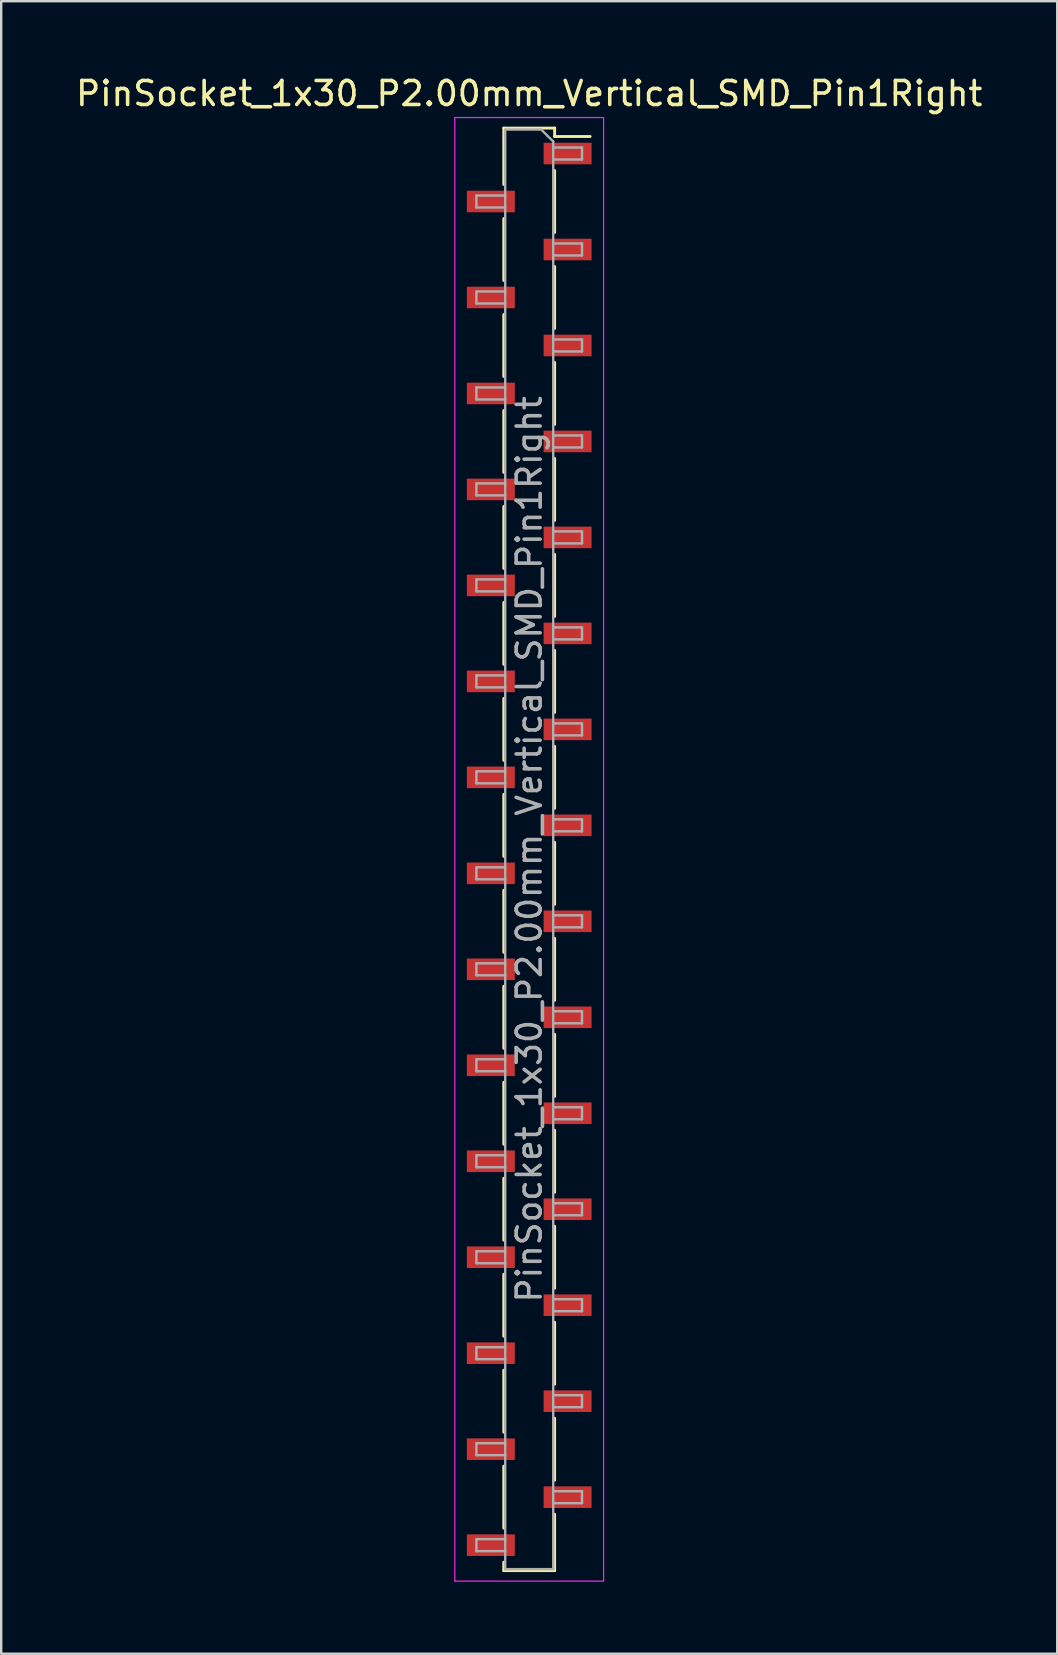
<source format=kicad_pcb>
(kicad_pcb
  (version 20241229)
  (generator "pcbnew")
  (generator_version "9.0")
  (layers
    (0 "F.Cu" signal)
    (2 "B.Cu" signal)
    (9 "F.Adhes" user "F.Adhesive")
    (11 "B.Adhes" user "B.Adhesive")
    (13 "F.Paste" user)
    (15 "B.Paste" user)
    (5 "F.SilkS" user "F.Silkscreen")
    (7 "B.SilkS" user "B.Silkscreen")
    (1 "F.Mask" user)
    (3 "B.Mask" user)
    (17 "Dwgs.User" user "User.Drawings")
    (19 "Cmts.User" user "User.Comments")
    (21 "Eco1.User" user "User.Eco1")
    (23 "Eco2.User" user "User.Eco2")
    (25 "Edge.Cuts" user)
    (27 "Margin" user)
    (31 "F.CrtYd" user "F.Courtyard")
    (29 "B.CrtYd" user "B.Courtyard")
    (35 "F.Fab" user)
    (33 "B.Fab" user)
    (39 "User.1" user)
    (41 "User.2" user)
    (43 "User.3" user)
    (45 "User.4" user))
  (footprint "PinSocket_1x30_P2.00mm_Vertical_SMD_Pin1Right"
    (layer "F.Cu")
    (at 19.006 32.348)
    (property "Reference" "PinSocket_1x30_P2.00mm_Vertical_SMD_Pin1Right" (at 0 -31.5 0) (layer "F.SilkS") (effects (font (size 1 1) (thickness 0.15))))
    (attr smd)
    (fp_line (start -1.06 -30.06) (end -1.06 -27.71) (stroke (width 0.12) (type solid)) (layer "F.SilkS"))
    (fp_line (start -1.06 -30.06) (end 1.06 -30.06) (stroke (width 0.12) (type solid)) (layer "F.SilkS"))
    (fp_line (start -1.06 -26.29) (end -1.06 -23.71) (stroke (width 0.12) (type solid)) (layer "F.SilkS"))
    (fp_line (start -1.06 -22.29) (end -1.06 -19.71) (stroke (width 0.12) (type solid)) (layer "F.SilkS"))
    (fp_line (start -1.06 -18.29) (end -1.06 -15.71) (stroke (width 0.12) (type solid)) (layer "F.SilkS"))
    (fp_line (start -1.06 -14.29) (end -1.06 -11.71) (stroke (width 0.12) (type solid)) (layer "F.SilkS"))
    (fp_line (start -1.06 -10.29) (end -1.06 -7.71) (stroke (width 0.12) (type solid)) (layer "F.SilkS"))
    (fp_line (start -1.06 -6.29) (end -1.06 -3.71) (stroke (width 0.12) (type solid)) (layer "F.SilkS"))
    (fp_line (start -1.06 -2.29) (end -1.06 0.29) (stroke (width 0.12) (type solid)) (layer "F.SilkS"))
    (fp_line (start -1.06 1.71) (end -1.06 4.29) (stroke (width 0.12) (type solid)) (layer "F.SilkS"))
    (fp_line (start -1.06 5.71) (end -1.06 8.29) (stroke (width 0.12) (type solid)) (layer "F.SilkS"))
    (fp_line (start -1.06 9.71) (end -1.06 12.29) (stroke (width 0.12) (type solid)) (layer "F.SilkS"))
    (fp_line (start -1.06 13.71) (end -1.06 16.29) (stroke (width 0.12) (type solid)) (layer "F.SilkS"))
    (fp_line (start -1.06 17.71) (end -1.06 20.29) (stroke (width 0.12) (type solid)) (layer "F.SilkS"))
    (fp_line (start -1.06 21.71) (end -1.06 24.29) (stroke (width 0.12) (type solid)) (layer "F.SilkS"))
    (fp_line (start -1.06 25.71) (end -1.06 28.29) (stroke (width 0.12) (type solid)) (layer "F.SilkS"))
    (fp_line (start -1.06 29.71) (end -1.06 30.06) (stroke (width 0.12) (type solid)) (layer "F.SilkS"))
    (fp_line (start -1.06 30.06) (end 1.06 30.06) (stroke (width 0.12) (type solid)) (layer "F.SilkS"))
    (fp_line (start 1.06 -30.06) (end 1.06 -29.71) (stroke (width 0.12) (type solid)) (layer "F.SilkS"))
    (fp_line (start 1.06 -29.71) (end 2.54 -29.71) (stroke (width 0.12) (type solid)) (layer "F.SilkS"))
    (fp_line (start 1.06 -28.29) (end 1.06 -25.71) (stroke (width 0.12) (type solid)) (layer "F.SilkS"))
    (fp_line (start 1.06 -24.29) (end 1.06 -21.71) (stroke (width 0.12) (type solid)) (layer "F.SilkS"))
    (fp_line (start 1.06 -20.29) (end 1.06 -17.71) (stroke (width 0.12) (type solid)) (layer "F.SilkS"))
    (fp_line (start 1.06 -16.29) (end 1.06 -13.71) (stroke (width 0.12) (type solid)) (layer "F.SilkS"))
    (fp_line (start 1.06 -12.29) (end 1.06 -9.71) (stroke (width 0.12) (type solid)) (layer "F.SilkS"))
    (fp_line (start 1.06 -8.29) (end 1.06 -5.71) (stroke (width 0.12) (type solid)) (layer "F.SilkS"))
    (fp_line (start 1.06 -4.29) (end 1.06 -1.71) (stroke (width 0.12) (type solid)) (layer "F.SilkS"))
    (fp_line (start 1.06 -0.29) (end 1.06 2.29) (stroke (width 0.12) (type solid)) (layer "F.SilkS"))
    (fp_line (start 1.06 3.71) (end 1.06 6.29) (stroke (width 0.12) (type solid)) (layer "F.SilkS"))
    (fp_line (start 1.06 7.71) (end 1.06 10.29) (stroke (width 0.12) (type solid)) (layer "F.SilkS"))
    (fp_line (start 1.06 11.71) (end 1.06 14.29) (stroke (width 0.12) (type solid)) (layer "F.SilkS"))
    (fp_line (start 1.06 15.71) (end 1.06 18.29) (stroke (width 0.12) (type solid)) (layer "F.SilkS"))
    (fp_line (start 1.06 19.71) (end 1.06 22.29) (stroke (width 0.12) (type solid)) (layer "F.SilkS"))
    (fp_line (start 1.06 23.71) (end 1.06 26.29) (stroke (width 0.12) (type solid)) (layer "F.SilkS"))
    (fp_line (start 1.06 27.71) (end 1.06 30.06) (stroke (width 0.12) (type solid)) (layer "F.SilkS"))
    (fp_line (start -3.1 -30.5) (end 3.1 -30.5) (stroke (width 0.05) (type solid)) (layer "F.CrtYd"))
    (fp_line (start -3.1 30.5) (end -3.1 -30.5) (stroke (width 0.05) (type solid)) (layer "F.CrtYd"))
    (fp_line (start 3.1 -30.5) (end 3.1 30.5) (stroke (width 0.05) (type solid)) (layer "F.CrtYd"))
    (fp_line (start 3.1 30.5) (end -3.1 30.5) (stroke (width 0.05) (type solid)) (layer "F.CrtYd"))
    (fp_line (start -2.2 -27.25) (end -1 -27.25) (stroke (width 0.1) (type solid)) (layer "F.Fab"))
    (fp_line (start -2.2 -26.75) (end -2.2 -27.25) (stroke (width 0.1) (type solid)) (layer "F.Fab"))
    (fp_line (start -2.2 -23.25) (end -1 -23.25) (stroke (width 0.1) (type solid)) (layer "F.Fab"))
    (fp_line (start -2.2 -22.75) (end -2.2 -23.25) (stroke (width 0.1) (type solid)) (layer "F.Fab"))
    (fp_line (start -2.2 -19.25) (end -1 -19.25) (stroke (width 0.1) (type solid)) (layer "F.Fab"))
    (fp_line (start -2.2 -18.75) (end -2.2 -19.25) (stroke (width 0.1) (type solid)) (layer "F.Fab"))
    (fp_line (start -2.2 -15.25) (end -1 -15.25) (stroke (width 0.1) (type solid)) (layer "F.Fab"))
    (fp_line (start -2.2 -14.75) (end -2.2 -15.25) (stroke (width 0.1) (type solid)) (layer "F.Fab"))
    (fp_line (start -2.2 -11.25) (end -1 -11.25) (stroke (width 0.1) (type solid)) (layer "F.Fab"))
    (fp_line (start -2.2 -10.75) (end -2.2 -11.25) (stroke (width 0.1) (type solid)) (layer "F.Fab"))
    (fp_line (start -2.2 -7.25) (end -1 -7.25) (stroke (width 0.1) (type solid)) (layer "F.Fab"))
    (fp_line (start -2.2 -6.75) (end -2.2 -7.25) (stroke (width 0.1) (type solid)) (layer "F.Fab"))
    (fp_line (start -2.2 -3.25) (end -1 -3.25) (stroke (width 0.1) (type solid)) (layer "F.Fab"))
    (fp_line (start -2.2 -2.75) (end -2.2 -3.25) (stroke (width 0.1) (type solid)) (layer "F.Fab"))
    (fp_line (start -2.2 0.75) (end -1 0.75) (stroke (width 0.1) (type solid)) (layer "F.Fab"))
    (fp_line (start -2.2 1.25) (end -2.2 0.75) (stroke (width 0.1) (type solid)) (layer "F.Fab"))
    (fp_line (start -2.2 4.75) (end -1 4.75) (stroke (width 0.1) (type solid)) (layer "F.Fab"))
    (fp_line (start -2.2 5.25) (end -2.2 4.75) (stroke (width 0.1) (type solid)) (layer "F.Fab"))
    (fp_line (start -2.2 8.75) (end -1 8.75) (stroke (width 0.1) (type solid)) (layer "F.Fab"))
    (fp_line (start -2.2 9.25) (end -2.2 8.75) (stroke (width 0.1) (type solid)) (layer "F.Fab"))
    (fp_line (start -2.2 12.75) (end -1 12.75) (stroke (width 0.1) (type solid)) (layer "F.Fab"))
    (fp_line (start -2.2 13.25) (end -2.2 12.75) (stroke (width 0.1) (type solid)) (layer "F.Fab"))
    (fp_line (start -2.2 16.75) (end -1 16.75) (stroke (width 0.1) (type solid)) (layer "F.Fab"))
    (fp_line (start -2.2 17.25) (end -2.2 16.75) (stroke (width 0.1) (type solid)) (layer "F.Fab"))
    (fp_line (start -2.2 20.75) (end -1 20.75) (stroke (width 0.1) (type solid)) (layer "F.Fab"))
    (fp_line (start -2.2 21.25) (end -2.2 20.75) (stroke (width 0.1) (type solid)) (layer "F.Fab"))
    (fp_line (start -2.2 24.75) (end -1 24.75) (stroke (width 0.1) (type solid)) (layer "F.Fab"))
    (fp_line (start -2.2 25.25) (end -2.2 24.75) (stroke (width 0.1) (type solid)) (layer "F.Fab"))
    (fp_line (start -2.2 28.75) (end -1 28.75) (stroke (width 0.1) (type solid)) (layer "F.Fab"))
    (fp_line (start -2.2 29.25) (end -2.2 28.75) (stroke (width 0.1) (type solid)) (layer "F.Fab"))
    (fp_line (start -1 -30) (end 0.5 -30) (stroke (width 0.1) (type solid)) (layer "F.Fab"))
    (fp_line (start -1 -26.75) (end -2.2 -26.75) (stroke (width 0.1) (type solid)) (layer "F.Fab"))
    (fp_line (start -1 -22.75) (end -2.2 -22.75) (stroke (width 0.1) (type solid)) (layer "F.Fab"))
    (fp_line (start -1 -18.75) (end -2.2 -18.75) (stroke (width 0.1) (type solid)) (layer "F.Fab"))
    (fp_line (start -1 -14.75) (end -2.2 -14.75) (stroke (width 0.1) (type solid)) (layer "F.Fab"))
    (fp_line (start -1 -10.75) (end -2.2 -10.75) (stroke (width 0.1) (type solid)) (layer "F.Fab"))
    (fp_line (start -1 -6.75) (end -2.2 -6.75) (stroke (width 0.1) (type solid)) (layer "F.Fab"))
    (fp_line (start -1 -2.75) (end -2.2 -2.75) (stroke (width 0.1) (type solid)) (layer "F.Fab"))
    (fp_line (start -1 1.25) (end -2.2 1.25) (stroke (width 0.1) (type solid)) (layer "F.Fab"))
    (fp_line (start -1 5.25) (end -2.2 5.25) (stroke (width 0.1) (type solid)) (layer "F.Fab"))
    (fp_line (start -1 9.25) (end -2.2 9.25) (stroke (width 0.1) (type solid)) (layer "F.Fab"))
    (fp_line (start -1 13.25) (end -2.2 13.25) (stroke (width 0.1) (type solid)) (layer "F.Fab"))
    (fp_line (start -1 17.25) (end -2.2 17.25) (stroke (width 0.1) (type solid)) (layer "F.Fab"))
    (fp_line (start -1 21.25) (end -2.2 21.25) (stroke (width 0.1) (type solid)) (layer "F.Fab"))
    (fp_line (start -1 25.25) (end -2.2 25.25) (stroke (width 0.1) (type solid)) (layer "F.Fab"))
    (fp_line (start -1 29.25) (end -2.2 29.25) (stroke (width 0.1) (type solid)) (layer "F.Fab"))
    (fp_line (start -1 30) (end -1 -30) (stroke (width 0.1) (type solid)) (layer "F.Fab"))
    (fp_line (start 0.5 -30) (end 1 -29.5) (stroke (width 0.1) (type solid)) (layer "F.Fab"))
    (fp_line (start 1 -29.5) (end 1 30) (stroke (width 0.1) (type solid)) (layer "F.Fab"))
    (fp_line (start 1 -29.25) (end 2.2 -29.25) (stroke (width 0.1) (type solid)) (layer "F.Fab"))
    (fp_line (start 1 -25.25) (end 2.2 -25.25) (stroke (width 0.1) (type solid)) (layer "F.Fab"))
    (fp_line (start 1 -21.25) (end 2.2 -21.25) (stroke (width 0.1) (type solid)) (layer "F.Fab"))
    (fp_line (start 1 -17.25) (end 2.2 -17.25) (stroke (width 0.1) (type solid)) (layer "F.Fab"))
    (fp_line (start 1 -13.25) (end 2.2 -13.25) (stroke (width 0.1) (type solid)) (layer "F.Fab"))
    (fp_line (start 1 -9.25) (end 2.2 -9.25) (stroke (width 0.1) (type solid)) (layer "F.Fab"))
    (fp_line (start 1 -5.25) (end 2.2 -5.25) (stroke (width 0.1) (type solid)) (layer "F.Fab"))
    (fp_line (start 1 -1.25) (end 2.2 -1.25) (stroke (width 0.1) (type solid)) (layer "F.Fab"))
    (fp_line (start 1 2.75) (end 2.2 2.75) (stroke (width 0.1) (type solid)) (layer "F.Fab"))
    (fp_line (start 1 6.75) (end 2.2 6.75) (stroke (width 0.1) (type solid)) (layer "F.Fab"))
    (fp_line (start 1 10.75) (end 2.2 10.75) (stroke (width 0.1) (type solid)) (layer "F.Fab"))
    (fp_line (start 1 14.75) (end 2.2 14.75) (stroke (width 0.1) (type solid)) (layer "F.Fab"))
    (fp_line (start 1 18.75) (end 2.2 18.75) (stroke (width 0.1) (type solid)) (layer "F.Fab"))
    (fp_line (start 1 22.75) (end 2.2 22.75) (stroke (width 0.1) (type solid)) (layer "F.Fab"))
    (fp_line (start 1 26.75) (end 2.2 26.75) (stroke (width 0.1) (type solid)) (layer "F.Fab"))
    (fp_line (start 1 30) (end -1 30) (stroke (width 0.1) (type solid)) (layer "F.Fab"))
    (fp_line (start 2.2 -29.25) (end 2.2 -28.75) (stroke (width 0.1) (type solid)) (layer "F.Fab"))
    (fp_line (start 2.2 -28.75) (end 1 -28.75) (stroke (width 0.1) (type solid)) (layer "F.Fab"))
    (fp_line (start 2.2 -25.25) (end 2.2 -24.75) (stroke (width 0.1) (type solid)) (layer "F.Fab"))
    (fp_line (start 2.2 -24.75) (end 1 -24.75) (stroke (width 0.1) (type solid)) (layer "F.Fab"))
    (fp_line (start 2.2 -21.25) (end 2.2 -20.75) (stroke (width 0.1) (type solid)) (layer "F.Fab"))
    (fp_line (start 2.2 -20.75) (end 1 -20.75) (stroke (width 0.1) (type solid)) (layer "F.Fab"))
    (fp_line (start 2.2 -17.25) (end 2.2 -16.75) (stroke (width 0.1) (type solid)) (layer "F.Fab"))
    (fp_line (start 2.2 -16.75) (end 1 -16.75) (stroke (width 0.1) (type solid)) (layer "F.Fab"))
    (fp_line (start 2.2 -13.25) (end 2.2 -12.75) (stroke (width 0.1) (type solid)) (layer "F.Fab"))
    (fp_line (start 2.2 -12.75) (end 1 -12.75) (stroke (width 0.1) (type solid)) (layer "F.Fab"))
    (fp_line (start 2.2 -9.25) (end 2.2 -8.75) (stroke (width 0.1) (type solid)) (layer "F.Fab"))
    (fp_line (start 2.2 -8.75) (end 1 -8.75) (stroke (width 0.1) (type solid)) (layer "F.Fab"))
    (fp_line (start 2.2 -5.25) (end 2.2 -4.75) (stroke (width 0.1) (type solid)) (layer "F.Fab"))
    (fp_line (start 2.2 -4.75) (end 1 -4.75) (stroke (width 0.1) (type solid)) (layer "F.Fab"))
    (fp_line (start 2.2 -1.25) (end 2.2 -0.75) (stroke (width 0.1) (type solid)) (layer "F.Fab"))
    (fp_line (start 2.2 -0.75) (end 1 -0.75) (stroke (width 0.1) (type solid)) (layer "F.Fab"))
    (fp_line (start 2.2 2.75) (end 2.2 3.25) (stroke (width 0.1) (type solid)) (layer "F.Fab"))
    (fp_line (start 2.2 3.25) (end 1 3.25) (stroke (width 0.1) (type solid)) (layer "F.Fab"))
    (fp_line (start 2.2 6.75) (end 2.2 7.25) (stroke (width 0.1) (type solid)) (layer "F.Fab"))
    (fp_line (start 2.2 7.25) (end 1 7.25) (stroke (width 0.1) (type solid)) (layer "F.Fab"))
    (fp_line (start 2.2 10.75) (end 2.2 11.25) (stroke (width 0.1) (type solid)) (layer "F.Fab"))
    (fp_line (start 2.2 11.25) (end 1 11.25) (stroke (width 0.1) (type solid)) (layer "F.Fab"))
    (fp_line (start 2.2 14.75) (end 2.2 15.25) (stroke (width 0.1) (type solid)) (layer "F.Fab"))
    (fp_line (start 2.2 15.25) (end 1 15.25) (stroke (width 0.1) (type solid)) (layer "F.Fab"))
    (fp_line (start 2.2 18.75) (end 2.2 19.25) (stroke (width 0.1) (type solid)) (layer "F.Fab"))
    (fp_line (start 2.2 19.25) (end 1 19.25) (stroke (width 0.1) (type solid)) (layer "F.Fab"))
    (fp_line (start 2.2 22.75) (end 2.2 23.25) (stroke (width 0.1) (type solid)) (layer "F.Fab"))
    (fp_line (start 2.2 23.25) (end 1 23.25) (stroke (width 0.1) (type solid)) (layer "F.Fab"))
    (fp_line (start 2.2 26.75) (end 2.2 27.25) (stroke (width 0.1) (type solid)) (layer "F.Fab"))
    (fp_line (start 2.2 27.25) (end 1 27.25) (stroke (width 0.1) (type solid)) (layer "F.Fab"))
    (fp_text user "${REFERENCE}" (at 0 0 90) (layer "F.Fab") (effects (font (size 1 1) (thickness 0.15))))
    (pad "1" smd rect (at 1.6 -29) (size 2 0.9) (layers "F.Cu" "F.Mask" "F.Paste"))
    (pad "2" smd rect (at -1.6 -27) (size 2 0.9) (layers "F.Cu" "F.Mask" "F.Paste"))
    (pad "3" smd rect (at 1.6 -25) (size 2 0.9) (layers "F.Cu" "F.Mask" "F.Paste"))
    (pad "4" smd rect (at -1.6 -23) (size 2 0.9) (layers "F.Cu" "F.Mask" "F.Paste"))
    (pad "5" smd rect (at 1.6 -21) (size 2 0.9) (layers "F.Cu" "F.Mask" "F.Paste"))
    (pad "6" smd rect (at -1.6 -19) (size 2 0.9) (layers "F.Cu" "F.Mask" "F.Paste"))
    (pad "7" smd rect (at 1.6 -17) (size 2 0.9) (layers "F.Cu" "F.Mask" "F.Paste"))
    (pad "8" smd rect (at -1.6 -15) (size 2 0.9) (layers "F.Cu" "F.Mask" "F.Paste"))
    (pad "9" smd rect (at 1.6 -13) (size 2 0.9) (layers "F.Cu" "F.Mask" "F.Paste"))
    (pad "10" smd rect (at -1.6 -11) (size 2 0.9) (layers "F.Cu" "F.Mask" "F.Paste"))
    (pad "11" smd rect (at 1.6 -9) (size 2 0.9) (layers "F.Cu" "F.Mask" "F.Paste"))
    (pad "12" smd rect (at -1.6 -7) (size 2 0.9) (layers "F.Cu" "F.Mask" "F.Paste"))
    (pad "13" smd rect (at 1.6 -5) (size 2 0.9) (layers "F.Cu" "F.Mask" "F.Paste"))
    (pad "14" smd rect (at -1.6 -3) (size 2 0.9) (layers "F.Cu" "F.Mask" "F.Paste"))
    (pad "15" smd rect (at 1.6 -1) (size 2 0.9) (layers "F.Cu" "F.Mask" "F.Paste"))
    (pad "16" smd rect (at -1.6 1) (size 2 0.9) (layers "F.Cu" "F.Mask" "F.Paste"))
    (pad "17" smd rect (at 1.6 3) (size 2 0.9) (layers "F.Cu" "F.Mask" "F.Paste"))
    (pad "18" smd rect (at -1.6 5) (size 2 0.9) (layers "F.Cu" "F.Mask" "F.Paste"))
    (pad "19" smd rect (at 1.6 7) (size 2 0.9) (layers "F.Cu" "F.Mask" "F.Paste"))
    (pad "20" smd rect (at -1.6 9) (size 2 0.9) (layers "F.Cu" "F.Mask" "F.Paste"))
    (pad "21" smd rect (at 1.6 11) (size 2 0.9) (layers "F.Cu" "F.Mask" "F.Paste"))
    (pad "22" smd rect (at -1.6 13) (size 2 0.9) (layers "F.Cu" "F.Mask" "F.Paste"))
    (pad "23" smd rect (at 1.6 15) (size 2 0.9) (layers "F.Cu" "F.Mask" "F.Paste"))
    (pad "24" smd rect (at -1.6 17) (size 2 0.9) (layers "F.Cu" "F.Mask" "F.Paste"))
    (pad "25" smd rect (at 1.6 19) (size 2 0.9) (layers "F.Cu" "F.Mask" "F.Paste"))
    (pad "26" smd rect (at -1.6 21) (size 2 0.9) (layers "F.Cu" "F.Mask" "F.Paste"))
    (pad "27" smd rect (at 1.6 23) (size 2 0.9) (layers "F.Cu" "F.Mask" "F.Paste"))
    (pad "28" smd rect (at -1.6 25) (size 2 0.9) (layers "F.Cu" "F.Mask" "F.Paste"))
    (pad "29" smd rect (at 1.6 27) (size 2 0.9) (layers "F.Cu" "F.Mask" "F.Paste"))
    (pad "30" smd rect (at -1.6 29) (size 2 0.9) (layers "F.Cu" "F.Mask" "F.Paste")))
  (gr_rect
    (start -3 -3)
    (end 41.012 65.873)
    (stroke (width 0.1) (type default))
    (fill no)
    (layer "Edge.Cuts")))
</source>
